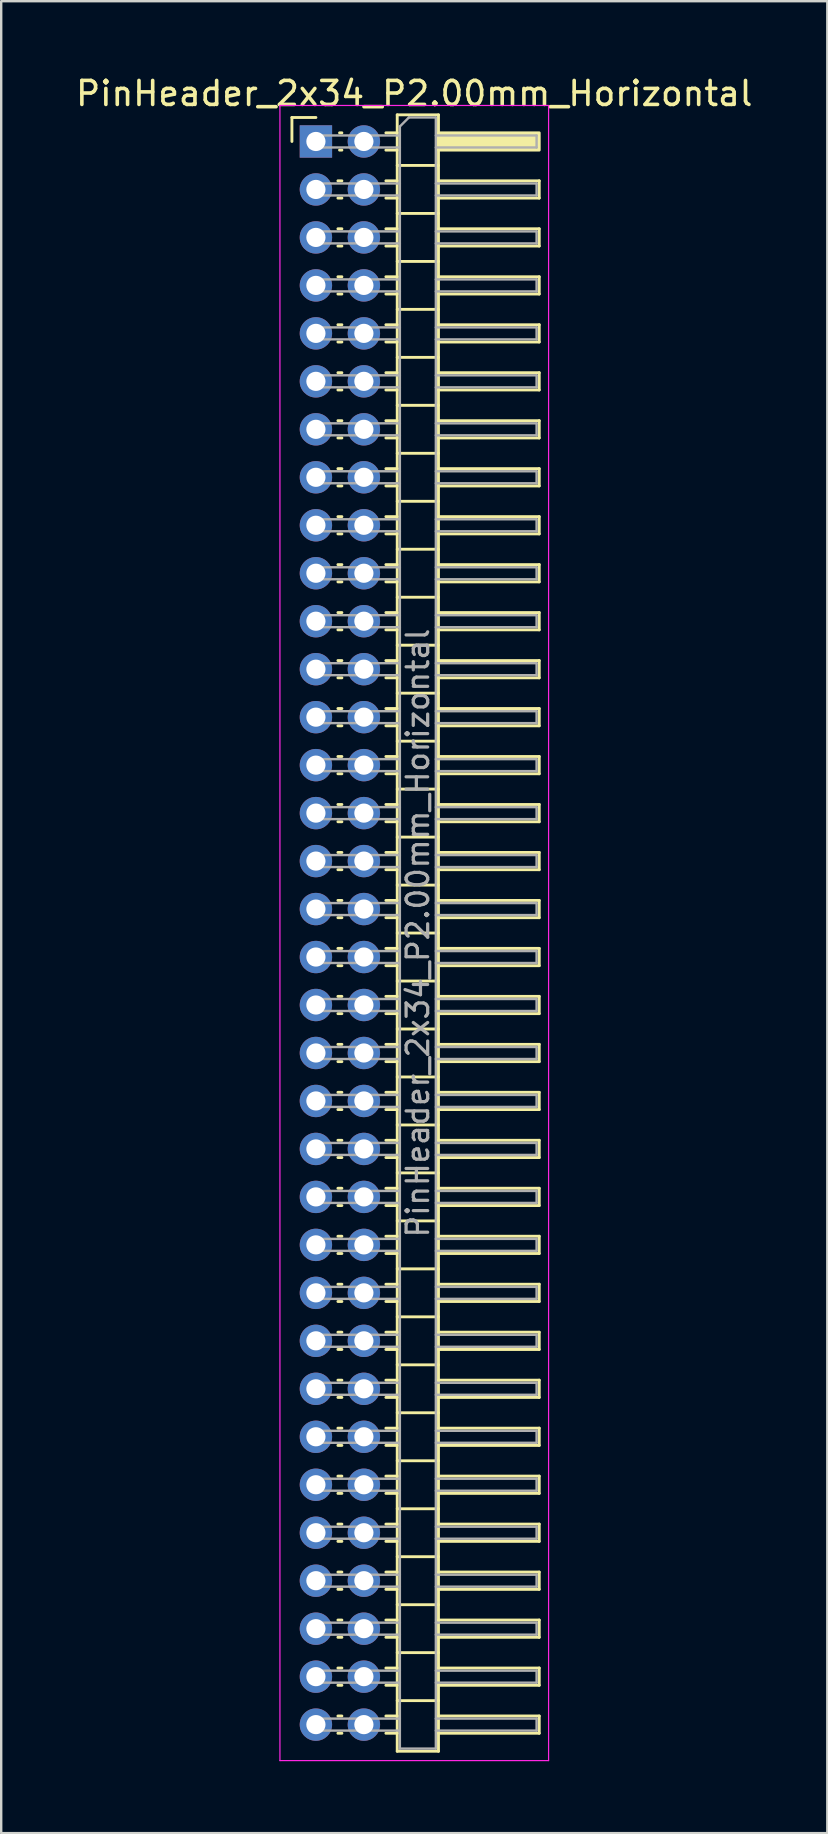
<source format=kicad_pcb>
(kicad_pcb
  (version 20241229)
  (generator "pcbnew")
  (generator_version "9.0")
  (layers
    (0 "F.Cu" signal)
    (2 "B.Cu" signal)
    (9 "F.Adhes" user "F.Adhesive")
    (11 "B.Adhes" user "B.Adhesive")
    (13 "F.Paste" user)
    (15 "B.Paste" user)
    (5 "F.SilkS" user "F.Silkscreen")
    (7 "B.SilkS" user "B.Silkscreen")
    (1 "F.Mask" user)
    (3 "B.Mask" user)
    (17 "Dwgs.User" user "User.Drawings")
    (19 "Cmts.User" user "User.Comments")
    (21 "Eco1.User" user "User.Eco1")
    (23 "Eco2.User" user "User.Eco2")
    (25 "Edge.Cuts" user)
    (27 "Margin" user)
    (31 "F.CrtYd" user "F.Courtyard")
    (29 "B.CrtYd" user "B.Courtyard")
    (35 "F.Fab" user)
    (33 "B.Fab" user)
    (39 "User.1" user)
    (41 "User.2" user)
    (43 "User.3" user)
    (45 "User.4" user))
  (footprint "PinHeader_2x34_P2.00mm_Horizontal"
    (layer "F.Cu")
    (at 10.12 2.848)
    (property "Reference" "PinHeader_2x34_P2.00mm_Horizontal" (at 4.1 -2 0) (layer "F.SilkS") (effects (font (size 1 1) (thickness 0.15))))
    (attr through_hole)
    (fp_line (start -1 -1) (end 0 -1) (stroke (width 0.12) (type solid)) (layer "F.SilkS"))
    (fp_line (start -1 0) (end -1 -1) (stroke (width 0.12) (type solid)) (layer "F.SilkS"))
    (fp_line (start 0.917 1.64) (end 1.083 1.64) (stroke (width 0.12) (type solid)) (layer "F.SilkS"))
    (fp_line (start 0.917 2.36) (end 1.083 2.36) (stroke (width 0.12) (type solid)) (layer "F.SilkS"))
    (fp_line (start 0.917 3.64) (end 1.083 3.64) (stroke (width 0.12) (type solid)) (layer "F.SilkS"))
    (fp_line (start 0.917 4.36) (end 1.083 4.36) (stroke (width 0.12) (type solid)) (layer "F.SilkS"))
    (fp_line (start 0.917 5.64) (end 1.083 5.64) (stroke (width 0.12) (type solid)) (layer "F.SilkS"))
    (fp_line (start 0.917 6.36) (end 1.083 6.36) (stroke (width 0.12) (type solid)) (layer "F.SilkS"))
    (fp_line (start 0.917 7.64) (end 1.083 7.64) (stroke (width 0.12) (type solid)) (layer "F.SilkS"))
    (fp_line (start 0.917 8.36) (end 1.083 8.36) (stroke (width 0.12) (type solid)) (layer "F.SilkS"))
    (fp_line (start 0.917 9.64) (end 1.083 9.64) (stroke (width 0.12) (type solid)) (layer "F.SilkS"))
    (fp_line (start 0.917 10.36) (end 1.083 10.36) (stroke (width 0.12) (type solid)) (layer "F.SilkS"))
    (fp_line (start 0.917 11.64) (end 1.083 11.64) (stroke (width 0.12) (type solid)) (layer "F.SilkS"))
    (fp_line (start 0.917 12.36) (end 1.083 12.36) (stroke (width 0.12) (type solid)) (layer "F.SilkS"))
    (fp_line (start 0.917 13.64) (end 1.083 13.64) (stroke (width 0.12) (type solid)) (layer "F.SilkS"))
    (fp_line (start 0.917 14.36) (end 1.083 14.36) (stroke (width 0.12) (type solid)) (layer "F.SilkS"))
    (fp_line (start 0.917 15.64) (end 1.083 15.64) (stroke (width 0.12) (type solid)) (layer "F.SilkS"))
    (fp_line (start 0.917 16.36) (end 1.083 16.36) (stroke (width 0.12) (type solid)) (layer "F.SilkS"))
    (fp_line (start 0.917 17.64) (end 1.083 17.64) (stroke (width 0.12) (type solid)) (layer "F.SilkS"))
    (fp_line (start 0.917 18.36) (end 1.083 18.36) (stroke (width 0.12) (type solid)) (layer "F.SilkS"))
    (fp_line (start 0.917 19.64) (end 1.083 19.64) (stroke (width 0.12) (type solid)) (layer "F.SilkS"))
    (fp_line (start 0.917 20.36) (end 1.083 20.36) (stroke (width 0.12) (type solid)) (layer "F.SilkS"))
    (fp_line (start 0.917 21.64) (end 1.083 21.64) (stroke (width 0.12) (type solid)) (layer "F.SilkS"))
    (fp_line (start 0.917 22.36) (end 1.083 22.36) (stroke (width 0.12) (type solid)) (layer "F.SilkS"))
    (fp_line (start 0.917 23.64) (end 1.083 23.64) (stroke (width 0.12) (type solid)) (layer "F.SilkS"))
    (fp_line (start 0.917 24.36) (end 1.083 24.36) (stroke (width 0.12) (type solid)) (layer "F.SilkS"))
    (fp_line (start 0.917 25.64) (end 1.083 25.64) (stroke (width 0.12) (type solid)) (layer "F.SilkS"))
    (fp_line (start 0.917 26.36) (end 1.083 26.36) (stroke (width 0.12) (type solid)) (layer "F.SilkS"))
    (fp_line (start 0.917 27.64) (end 1.083 27.64) (stroke (width 0.12) (type solid)) (layer "F.SilkS"))
    (fp_line (start 0.917 28.36) (end 1.083 28.36) (stroke (width 0.12) (type solid)) (layer "F.SilkS"))
    (fp_line (start 0.917 29.64) (end 1.083 29.64) (stroke (width 0.12) (type solid)) (layer "F.SilkS"))
    (fp_line (start 0.917 30.36) (end 1.083 30.36) (stroke (width 0.12) (type solid)) (layer "F.SilkS"))
    (fp_line (start 0.917 31.64) (end 1.083 31.64) (stroke (width 0.12) (type solid)) (layer "F.SilkS"))
    (fp_line (start 0.917 32.36) (end 1.083 32.36) (stroke (width 0.12) (type solid)) (layer "F.SilkS"))
    (fp_line (start 0.917 33.64) (end 1.083 33.64) (stroke (width 0.12) (type solid)) (layer "F.SilkS"))
    (fp_line (start 0.917 34.36) (end 1.083 34.36) (stroke (width 0.12) (type solid)) (layer "F.SilkS"))
    (fp_line (start 0.917 35.64) (end 1.083 35.64) (stroke (width 0.12) (type solid)) (layer "F.SilkS"))
    (fp_line (start 0.917 36.36) (end 1.083 36.36) (stroke (width 0.12) (type solid)) (layer "F.SilkS"))
    (fp_line (start 0.917 37.64) (end 1.083 37.64) (stroke (width 0.12) (type solid)) (layer "F.SilkS"))
    (fp_line (start 0.917 38.36) (end 1.083 38.36) (stroke (width 0.12) (type solid)) (layer "F.SilkS"))
    (fp_line (start 0.917 39.64) (end 1.083 39.64) (stroke (width 0.12) (type solid)) (layer "F.SilkS"))
    (fp_line (start 0.917 40.36) (end 1.083 40.36) (stroke (width 0.12) (type solid)) (layer "F.SilkS"))
    (fp_line (start 0.917 41.64) (end 1.083 41.64) (stroke (width 0.12) (type solid)) (layer "F.SilkS"))
    (fp_line (start 0.917 42.36) (end 1.083 42.36) (stroke (width 0.12) (type solid)) (layer "F.SilkS"))
    (fp_line (start 0.917 43.64) (end 1.083 43.64) (stroke (width 0.12) (type solid)) (layer "F.SilkS"))
    (fp_line (start 0.917 44.36) (end 1.083 44.36) (stroke (width 0.12) (type solid)) (layer "F.SilkS"))
    (fp_line (start 0.917 45.64) (end 1.083 45.64) (stroke (width 0.12) (type solid)) (layer "F.SilkS"))
    (fp_line (start 0.917 46.36) (end 1.083 46.36) (stroke (width 0.12) (type solid)) (layer "F.SilkS"))
    (fp_line (start 0.917 47.64) (end 1.083 47.64) (stroke (width 0.12) (type solid)) (layer "F.SilkS"))
    (fp_line (start 0.917 48.36) (end 1.083 48.36) (stroke (width 0.12) (type solid)) (layer "F.SilkS"))
    (fp_line (start 0.917 49.64) (end 1.083 49.64) (stroke (width 0.12) (type solid)) (layer "F.SilkS"))
    (fp_line (start 0.917 50.36) (end 1.083 50.36) (stroke (width 0.12) (type solid)) (layer "F.SilkS"))
    (fp_line (start 0.917 51.64) (end 1.083 51.64) (stroke (width 0.12) (type solid)) (layer "F.SilkS"))
    (fp_line (start 0.917 52.36) (end 1.083 52.36) (stroke (width 0.12) (type solid)) (layer "F.SilkS"))
    (fp_line (start 0.917 53.64) (end 1.083 53.64) (stroke (width 0.12) (type solid)) (layer "F.SilkS"))
    (fp_line (start 0.917 54.36) (end 1.083 54.36) (stroke (width 0.12) (type solid)) (layer "F.SilkS"))
    (fp_line (start 0.917 55.64) (end 1.083 55.64) (stroke (width 0.12) (type solid)) (layer "F.SilkS"))
    (fp_line (start 0.917 56.36) (end 1.083 56.36) (stroke (width 0.12) (type solid)) (layer "F.SilkS"))
    (fp_line (start 0.917 57.64) (end 1.083 57.64) (stroke (width 0.12) (type solid)) (layer "F.SilkS"))
    (fp_line (start 0.917 58.36) (end 1.083 58.36) (stroke (width 0.12) (type solid)) (layer "F.SilkS"))
    (fp_line (start 0.917 59.64) (end 1.083 59.64) (stroke (width 0.12) (type solid)) (layer "F.SilkS"))
    (fp_line (start 0.917 60.36) (end 1.083 60.36) (stroke (width 0.12) (type solid)) (layer "F.SilkS"))
    (fp_line (start 0.917 61.64) (end 1.083 61.64) (stroke (width 0.12) (type solid)) (layer "F.SilkS"))
    (fp_line (start 0.917 62.36) (end 1.083 62.36) (stroke (width 0.12) (type solid)) (layer "F.SilkS"))
    (fp_line (start 0.917 63.64) (end 1.083 63.64) (stroke (width 0.12) (type solid)) (layer "F.SilkS"))
    (fp_line (start 0.917 64.36) (end 1.083 64.36) (stroke (width 0.12) (type solid)) (layer "F.SilkS"))
    (fp_line (start 0.917 65.64) (end 1.083 65.64) (stroke (width 0.12) (type solid)) (layer "F.SilkS"))
    (fp_line (start 0.917 66.36) (end 1.083 66.36) (stroke (width 0.12) (type solid)) (layer "F.SilkS"))
    (fp_line (start 0.985 -0.36) (end 1.083 -0.36) (stroke (width 0.12) (type solid)) (layer "F.SilkS"))
    (fp_line (start 0.985 0.36) (end 1.083 0.36) (stroke (width 0.12) (type solid)) (layer "F.SilkS"))
    (fp_line (start 2.917 -0.36) (end 3.39 -0.36) (stroke (width 0.12) (type solid)) (layer "F.SilkS"))
    (fp_line (start 2.917 0.36) (end 3.39 0.36) (stroke (width 0.12) (type solid)) (layer "F.SilkS"))
    (fp_line (start 2.917 1.64) (end 3.39 1.64) (stroke (width 0.12) (type solid)) (layer "F.SilkS"))
    (fp_line (start 2.917 2.36) (end 3.39 2.36) (stroke (width 0.12) (type solid)) (layer "F.SilkS"))
    (fp_line (start 2.917 3.64) (end 3.39 3.64) (stroke (width 0.12) (type solid)) (layer "F.SilkS"))
    (fp_line (start 2.917 4.36) (end 3.39 4.36) (stroke (width 0.12) (type solid)) (layer "F.SilkS"))
    (fp_line (start 2.917 5.64) (end 3.39 5.64) (stroke (width 0.12) (type solid)) (layer "F.SilkS"))
    (fp_line (start 2.917 6.36) (end 3.39 6.36) (stroke (width 0.12) (type solid)) (layer "F.SilkS"))
    (fp_line (start 2.917 7.64) (end 3.39 7.64) (stroke (width 0.12) (type solid)) (layer "F.SilkS"))
    (fp_line (start 2.917 8.36) (end 3.39 8.36) (stroke (width 0.12) (type solid)) (layer "F.SilkS"))
    (fp_line (start 2.917 9.64) (end 3.39 9.64) (stroke (width 0.12) (type solid)) (layer "F.SilkS"))
    (fp_line (start 2.917 10.36) (end 3.39 10.36) (stroke (width 0.12) (type solid)) (layer "F.SilkS"))
    (fp_line (start 2.917 11.64) (end 3.39 11.64) (stroke (width 0.12) (type solid)) (layer "F.SilkS"))
    (fp_line (start 2.917 12.36) (end 3.39 12.36) (stroke (width 0.12) (type solid)) (layer "F.SilkS"))
    (fp_line (start 2.917 13.64) (end 3.39 13.64) (stroke (width 0.12) (type solid)) (layer "F.SilkS"))
    (fp_line (start 2.917 14.36) (end 3.39 14.36) (stroke (width 0.12) (type solid)) (layer "F.SilkS"))
    (fp_line (start 2.917 15.64) (end 3.39 15.64) (stroke (width 0.12) (type solid)) (layer "F.SilkS"))
    (fp_line (start 2.917 16.36) (end 3.39 16.36) (stroke (width 0.12) (type solid)) (layer "F.SilkS"))
    (fp_line (start 2.917 17.64) (end 3.39 17.64) (stroke (width 0.12) (type solid)) (layer "F.SilkS"))
    (fp_line (start 2.917 18.36) (end 3.39 18.36) (stroke (width 0.12) (type solid)) (layer "F.SilkS"))
    (fp_line (start 2.917 19.64) (end 3.39 19.64) (stroke (width 0.12) (type solid)) (layer "F.SilkS"))
    (fp_line (start 2.917 20.36) (end 3.39 20.36) (stroke (width 0.12) (type solid)) (layer "F.SilkS"))
    (fp_line (start 2.917 21.64) (end 3.39 21.64) (stroke (width 0.12) (type solid)) (layer "F.SilkS"))
    (fp_line (start 2.917 22.36) (end 3.39 22.36) (stroke (width 0.12) (type solid)) (layer "F.SilkS"))
    (fp_line (start 2.917 23.64) (end 3.39 23.64) (stroke (width 0.12) (type solid)) (layer "F.SilkS"))
    (fp_line (start 2.917 24.36) (end 3.39 24.36) (stroke (width 0.12) (type solid)) (layer "F.SilkS"))
    (fp_line (start 2.917 25.64) (end 3.39 25.64) (stroke (width 0.12) (type solid)) (layer "F.SilkS"))
    (fp_line (start 2.917 26.36) (end 3.39 26.36) (stroke (width 0.12) (type solid)) (layer "F.SilkS"))
    (fp_line (start 2.917 27.64) (end 3.39 27.64) (stroke (width 0.12) (type solid)) (layer "F.SilkS"))
    (fp_line (start 2.917 28.36) (end 3.39 28.36) (stroke (width 0.12) (type solid)) (layer "F.SilkS"))
    (fp_line (start 2.917 29.64) (end 3.39 29.64) (stroke (width 0.12) (type solid)) (layer "F.SilkS"))
    (fp_line (start 2.917 30.36) (end 3.39 30.36) (stroke (width 0.12) (type solid)) (layer "F.SilkS"))
    (fp_line (start 2.917 31.64) (end 3.39 31.64) (stroke (width 0.12) (type solid)) (layer "F.SilkS"))
    (fp_line (start 2.917 32.36) (end 3.39 32.36) (stroke (width 0.12) (type solid)) (layer "F.SilkS"))
    (fp_line (start 2.917 33.64) (end 3.39 33.64) (stroke (width 0.12) (type solid)) (layer "F.SilkS"))
    (fp_line (start 2.917 34.36) (end 3.39 34.36) (stroke (width 0.12) (type solid)) (layer "F.SilkS"))
    (fp_line (start 2.917 35.64) (end 3.39 35.64) (stroke (width 0.12) (type solid)) (layer "F.SilkS"))
    (fp_line (start 2.917 36.36) (end 3.39 36.36) (stroke (width 0.12) (type solid)) (layer "F.SilkS"))
    (fp_line (start 2.917 37.64) (end 3.39 37.64) (stroke (width 0.12) (type solid)) (layer "F.SilkS"))
    (fp_line (start 2.917 38.36) (end 3.39 38.36) (stroke (width 0.12) (type solid)) (layer "F.SilkS"))
    (fp_line (start 2.917 39.64) (end 3.39 39.64) (stroke (width 0.12) (type solid)) (layer "F.SilkS"))
    (fp_line (start 2.917 40.36) (end 3.39 40.36) (stroke (width 0.12) (type solid)) (layer "F.SilkS"))
    (fp_line (start 2.917 41.64) (end 3.39 41.64) (stroke (width 0.12) (type solid)) (layer "F.SilkS"))
    (fp_line (start 2.917 42.36) (end 3.39 42.36) (stroke (width 0.12) (type solid)) (layer "F.SilkS"))
    (fp_line (start 2.917 43.64) (end 3.39 43.64) (stroke (width 0.12) (type solid)) (layer "F.SilkS"))
    (fp_line (start 2.917 44.36) (end 3.39 44.36) (stroke (width 0.12) (type solid)) (layer "F.SilkS"))
    (fp_line (start 2.917 45.64) (end 3.39 45.64) (stroke (width 0.12) (type solid)) (layer "F.SilkS"))
    (fp_line (start 2.917 46.36) (end 3.39 46.36) (stroke (width 0.12) (type solid)) (layer "F.SilkS"))
    (fp_line (start 2.917 47.64) (end 3.39 47.64) (stroke (width 0.12) (type solid)) (layer "F.SilkS"))
    (fp_line (start 2.917 48.36) (end 3.39 48.36) (stroke (width 0.12) (type solid)) (layer "F.SilkS"))
    (fp_line (start 2.917 49.64) (end 3.39 49.64) (stroke (width 0.12) (type solid)) (layer "F.SilkS"))
    (fp_line (start 2.917 50.36) (end 3.39 50.36) (stroke (width 0.12) (type solid)) (layer "F.SilkS"))
    (fp_line (start 2.917 51.64) (end 3.39 51.64) (stroke (width 0.12) (type solid)) (layer "F.SilkS"))
    (fp_line (start 2.917 52.36) (end 3.39 52.36) (stroke (width 0.12) (type solid)) (layer "F.SilkS"))
    (fp_line (start 2.917 53.64) (end 3.39 53.64) (stroke (width 0.12) (type solid)) (layer "F.SilkS"))
    (fp_line (start 2.917 54.36) (end 3.39 54.36) (stroke (width 0.12) (type solid)) (layer "F.SilkS"))
    (fp_line (start 2.917 55.64) (end 3.39 55.64) (stroke (width 0.12) (type solid)) (layer "F.SilkS"))
    (fp_line (start 2.917 56.36) (end 3.39 56.36) (stroke (width 0.12) (type solid)) (layer "F.SilkS"))
    (fp_line (start 2.917 57.64) (end 3.39 57.64) (stroke (width 0.12) (type solid)) (layer "F.SilkS"))
    (fp_line (start 2.917 58.36) (end 3.39 58.36) (stroke (width 0.12) (type solid)) (layer "F.SilkS"))
    (fp_line (start 2.917 59.64) (end 3.39 59.64) (stroke (width 0.12) (type solid)) (layer "F.SilkS"))
    (fp_line (start 2.917 60.36) (end 3.39 60.36) (stroke (width 0.12) (type solid)) (layer "F.SilkS"))
    (fp_line (start 2.917 61.64) (end 3.39 61.64) (stroke (width 0.12) (type solid)) (layer "F.SilkS"))
    (fp_line (start 2.917 62.36) (end 3.39 62.36) (stroke (width 0.12) (type solid)) (layer "F.SilkS"))
    (fp_line (start 2.917 63.64) (end 3.39 63.64) (stroke (width 0.12) (type solid)) (layer "F.SilkS"))
    (fp_line (start 2.917 64.36) (end 3.39 64.36) (stroke (width 0.12) (type solid)) (layer "F.SilkS"))
    (fp_line (start 2.917 65.64) (end 3.39 65.64) (stroke (width 0.12) (type solid)) (layer "F.SilkS"))
    (fp_line (start 2.917 66.36) (end 3.39 66.36) (stroke (width 0.12) (type solid)) (layer "F.SilkS"))
    (fp_line (start 3.39 -1.11) (end 3.39 67.11) (stroke (width 0.12) (type solid)) (layer "F.SilkS"))
    (fp_line (start 3.39 1) (end 5.11 1) (stroke (width 0.12) (type solid)) (layer "F.SilkS"))
    (fp_line (start 3.39 3) (end 5.11 3) (stroke (width 0.12) (type solid)) (layer "F.SilkS"))
    (fp_line (start 3.39 5) (end 5.11 5) (stroke (width 0.12) (type solid)) (layer "F.SilkS"))
    (fp_line (start 3.39 7) (end 5.11 7) (stroke (width 0.12) (type solid)) (layer "F.SilkS"))
    (fp_line (start 3.39 9) (end 5.11 9) (stroke (width 0.12) (type solid)) (layer "F.SilkS"))
    (fp_line (start 3.39 11) (end 5.11 11) (stroke (width 0.12) (type solid)) (layer "F.SilkS"))
    (fp_line (start 3.39 13) (end 5.11 13) (stroke (width 0.12) (type solid)) (layer "F.SilkS"))
    (fp_line (start 3.39 15) (end 5.11 15) (stroke (width 0.12) (type solid)) (layer "F.SilkS"))
    (fp_line (start 3.39 17) (end 5.11 17) (stroke (width 0.12) (type solid)) (layer "F.SilkS"))
    (fp_line (start 3.39 19) (end 5.11 19) (stroke (width 0.12) (type solid)) (layer "F.SilkS"))
    (fp_line (start 3.39 21) (end 5.11 21) (stroke (width 0.12) (type solid)) (layer "F.SilkS"))
    (fp_line (start 3.39 23) (end 5.11 23) (stroke (width 0.12) (type solid)) (layer "F.SilkS"))
    (fp_line (start 3.39 25) (end 5.11 25) (stroke (width 0.12) (type solid)) (layer "F.SilkS"))
    (fp_line (start 3.39 27) (end 5.11 27) (stroke (width 0.12) (type solid)) (layer "F.SilkS"))
    (fp_line (start 3.39 29) (end 5.11 29) (stroke (width 0.12) (type solid)) (layer "F.SilkS"))
    (fp_line (start 3.39 31) (end 5.11 31) (stroke (width 0.12) (type solid)) (layer "F.SilkS"))
    (fp_line (start 3.39 33) (end 5.11 33) (stroke (width 0.12) (type solid)) (layer "F.SilkS"))
    (fp_line (start 3.39 35) (end 5.11 35) (stroke (width 0.12) (type solid)) (layer "F.SilkS"))
    (fp_line (start 3.39 37) (end 5.11 37) (stroke (width 0.12) (type solid)) (layer "F.SilkS"))
    (fp_line (start 3.39 39) (end 5.11 39) (stroke (width 0.12) (type solid)) (layer "F.SilkS"))
    (fp_line (start 3.39 41) (end 5.11 41) (stroke (width 0.12) (type solid)) (layer "F.SilkS"))
    (fp_line (start 3.39 43) (end 5.11 43) (stroke (width 0.12) (type solid)) (layer "F.SilkS"))
    (fp_line (start 3.39 45) (end 5.11 45) (stroke (width 0.12) (type solid)) (layer "F.SilkS"))
    (fp_line (start 3.39 47) (end 5.11 47) (stroke (width 0.12) (type solid)) (layer "F.SilkS"))
    (fp_line (start 3.39 49) (end 5.11 49) (stroke (width 0.12) (type solid)) (layer "F.SilkS"))
    (fp_line (start 3.39 51) (end 5.11 51) (stroke (width 0.12) (type solid)) (layer "F.SilkS"))
    (fp_line (start 3.39 53) (end 5.11 53) (stroke (width 0.12) (type solid)) (layer "F.SilkS"))
    (fp_line (start 3.39 55) (end 5.11 55) (stroke (width 0.12) (type solid)) (layer "F.SilkS"))
    (fp_line (start 3.39 57) (end 5.11 57) (stroke (width 0.12) (type solid)) (layer "F.SilkS"))
    (fp_line (start 3.39 59) (end 5.11 59) (stroke (width 0.12) (type solid)) (layer "F.SilkS"))
    (fp_line (start 3.39 61) (end 5.11 61) (stroke (width 0.12) (type solid)) (layer "F.SilkS"))
    (fp_line (start 3.39 63) (end 5.11 63) (stroke (width 0.12) (type solid)) (layer "F.SilkS"))
    (fp_line (start 3.39 65) (end 5.11 65) (stroke (width 0.12) (type solid)) (layer "F.SilkS"))
    (fp_line (start 3.39 67.11) (end 5.11 67.11) (stroke (width 0.12) (type solid)) (layer "F.SilkS"))
    (fp_line (start 5.11 -1.11) (end 3.39 -1.11) (stroke (width 0.12) (type solid)) (layer "F.SilkS"))
    (fp_line (start 5.11 1.64) (end 9.31 1.64) (stroke (width 0.12) (type solid)) (layer "F.SilkS"))
    (fp_line (start 5.11 3.64) (end 9.31 3.64) (stroke (width 0.12) (type solid)) (layer "F.SilkS"))
    (fp_line (start 5.11 5.64) (end 9.31 5.64) (stroke (width 0.12) (type solid)) (layer "F.SilkS"))
    (fp_line (start 5.11 7.64) (end 9.31 7.64) (stroke (width 0.12) (type solid)) (layer "F.SilkS"))
    (fp_line (start 5.11 9.64) (end 9.31 9.64) (stroke (width 0.12) (type solid)) (layer "F.SilkS"))
    (fp_line (start 5.11 11.64) (end 9.31 11.64) (stroke (width 0.12) (type solid)) (layer "F.SilkS"))
    (fp_line (start 5.11 13.64) (end 9.31 13.64) (stroke (width 0.12) (type solid)) (layer "F.SilkS"))
    (fp_line (start 5.11 15.64) (end 9.31 15.64) (stroke (width 0.12) (type solid)) (layer "F.SilkS"))
    (fp_line (start 5.11 17.64) (end 9.31 17.64) (stroke (width 0.12) (type solid)) (layer "F.SilkS"))
    (fp_line (start 5.11 19.64) (end 9.31 19.64) (stroke (width 0.12) (type solid)) (layer "F.SilkS"))
    (fp_line (start 5.11 21.64) (end 9.31 21.64) (stroke (width 0.12) (type solid)) (layer "F.SilkS"))
    (fp_line (start 5.11 23.64) (end 9.31 23.64) (stroke (width 0.12) (type solid)) (layer "F.SilkS"))
    (fp_line (start 5.11 25.64) (end 9.31 25.64) (stroke (width 0.12) (type solid)) (layer "F.SilkS"))
    (fp_line (start 5.11 27.64) (end 9.31 27.64) (stroke (width 0.12) (type solid)) (layer "F.SilkS"))
    (fp_line (start 5.11 29.64) (end 9.31 29.64) (stroke (width 0.12) (type solid)) (layer "F.SilkS"))
    (fp_line (start 5.11 31.64) (end 9.31 31.64) (stroke (width 0.12) (type solid)) (layer "F.SilkS"))
    (fp_line (start 5.11 33.64) (end 9.31 33.64) (stroke (width 0.12) (type solid)) (layer "F.SilkS"))
    (fp_line (start 5.11 35.64) (end 9.31 35.64) (stroke (width 0.12) (type solid)) (layer "F.SilkS"))
    (fp_line (start 5.11 37.64) (end 9.31 37.64) (stroke (width 0.12) (type solid)) (layer "F.SilkS"))
    (fp_line (start 5.11 39.64) (end 9.31 39.64) (stroke (width 0.12) (type solid)) (layer "F.SilkS"))
    (fp_line (start 5.11 41.64) (end 9.31 41.64) (stroke (width 0.12) (type solid)) (layer "F.SilkS"))
    (fp_line (start 5.11 43.64) (end 9.31 43.64) (stroke (width 0.12) (type solid)) (layer "F.SilkS"))
    (fp_line (start 5.11 45.64) (end 9.31 45.64) (stroke (width 0.12) (type solid)) (layer "F.SilkS"))
    (fp_line (start 5.11 47.64) (end 9.31 47.64) (stroke (width 0.12) (type solid)) (layer "F.SilkS"))
    (fp_line (start 5.11 49.64) (end 9.31 49.64) (stroke (width 0.12) (type solid)) (layer "F.SilkS"))
    (fp_line (start 5.11 51.64) (end 9.31 51.64) (stroke (width 0.12) (type solid)) (layer "F.SilkS"))
    (fp_line (start 5.11 53.64) (end 9.31 53.64) (stroke (width 0.12) (type solid)) (layer "F.SilkS"))
    (fp_line (start 5.11 55.64) (end 9.31 55.64) (stroke (width 0.12) (type solid)) (layer "F.SilkS"))
    (fp_line (start 5.11 57.64) (end 9.31 57.64) (stroke (width 0.12) (type solid)) (layer "F.SilkS"))
    (fp_line (start 5.11 59.64) (end 9.31 59.64) (stroke (width 0.12) (type solid)) (layer "F.SilkS"))
    (fp_line (start 5.11 61.64) (end 9.31 61.64) (stroke (width 0.12) (type solid)) (layer "F.SilkS"))
    (fp_line (start 5.11 63.64) (end 9.31 63.64) (stroke (width 0.12) (type solid)) (layer "F.SilkS"))
    (fp_line (start 5.11 65.64) (end 9.31 65.64) (stroke (width 0.12) (type solid)) (layer "F.SilkS"))
    (fp_line (start 5.11 67.11) (end 5.11 -1.11) (stroke (width 0.12) (type solid)) (layer "F.SilkS"))
    (fp_line (start 9.31 1.64) (end 9.31 2.36) (stroke (width 0.12) (type solid)) (layer "F.SilkS"))
    (fp_line (start 9.31 2.36) (end 5.11 2.36) (stroke (width 0.12) (type solid)) (layer "F.SilkS"))
    (fp_line (start 9.31 3.64) (end 9.31 4.36) (stroke (width 0.12) (type solid)) (layer "F.SilkS"))
    (fp_line (start 9.31 4.36) (end 5.11 4.36) (stroke (width 0.12) (type solid)) (layer "F.SilkS"))
    (fp_line (start 9.31 5.64) (end 9.31 6.36) (stroke (width 0.12) (type solid)) (layer "F.SilkS"))
    (fp_line (start 9.31 6.36) (end 5.11 6.36) (stroke (width 0.12) (type solid)) (layer "F.SilkS"))
    (fp_line (start 9.31 7.64) (end 9.31 8.36) (stroke (width 0.12) (type solid)) (layer "F.SilkS"))
    (fp_line (start 9.31 8.36) (end 5.11 8.36) (stroke (width 0.12) (type solid)) (layer "F.SilkS"))
    (fp_line (start 9.31 9.64) (end 9.31 10.36) (stroke (width 0.12) (type solid)) (layer "F.SilkS"))
    (fp_line (start 9.31 10.36) (end 5.11 10.36) (stroke (width 0.12) (type solid)) (layer "F.SilkS"))
    (fp_line (start 9.31 11.64) (end 9.31 12.36) (stroke (width 0.12) (type solid)) (layer "F.SilkS"))
    (fp_line (start 9.31 12.36) (end 5.11 12.36) (stroke (width 0.12) (type solid)) (layer "F.SilkS"))
    (fp_line (start 9.31 13.64) (end 9.31 14.36) (stroke (width 0.12) (type solid)) (layer "F.SilkS"))
    (fp_line (start 9.31 14.36) (end 5.11 14.36) (stroke (width 0.12) (type solid)) (layer "F.SilkS"))
    (fp_line (start 9.31 15.64) (end 9.31 16.36) (stroke (width 0.12) (type solid)) (layer "F.SilkS"))
    (fp_line (start 9.31 16.36) (end 5.11 16.36) (stroke (width 0.12) (type solid)) (layer "F.SilkS"))
    (fp_line (start 9.31 17.64) (end 9.31 18.36) (stroke (width 0.12) (type solid)) (layer "F.SilkS"))
    (fp_line (start 9.31 18.36) (end 5.11 18.36) (stroke (width 0.12) (type solid)) (layer "F.SilkS"))
    (fp_line (start 9.31 19.64) (end 9.31 20.36) (stroke (width 0.12) (type solid)) (layer "F.SilkS"))
    (fp_line (start 9.31 20.36) (end 5.11 20.36) (stroke (width 0.12) (type solid)) (layer "F.SilkS"))
    (fp_line (start 9.31 21.64) (end 9.31 22.36) (stroke (width 0.12) (type solid)) (layer "F.SilkS"))
    (fp_line (start 9.31 22.36) (end 5.11 22.36) (stroke (width 0.12) (type solid)) (layer "F.SilkS"))
    (fp_line (start 9.31 23.64) (end 9.31 24.36) (stroke (width 0.12) (type solid)) (layer "F.SilkS"))
    (fp_line (start 9.31 24.36) (end 5.11 24.36) (stroke (width 0.12) (type solid)) (layer "F.SilkS"))
    (fp_line (start 9.31 25.64) (end 9.31 26.36) (stroke (width 0.12) (type solid)) (layer "F.SilkS"))
    (fp_line (start 9.31 26.36) (end 5.11 26.36) (stroke (width 0.12) (type solid)) (layer "F.SilkS"))
    (fp_line (start 9.31 27.64) (end 9.31 28.36) (stroke (width 0.12) (type solid)) (layer "F.SilkS"))
    (fp_line (start 9.31 28.36) (end 5.11 28.36) (stroke (width 0.12) (type solid)) (layer "F.SilkS"))
    (fp_line (start 9.31 29.64) (end 9.31 30.36) (stroke (width 0.12) (type solid)) (layer "F.SilkS"))
    (fp_line (start 9.31 30.36) (end 5.11 30.36) (stroke (width 0.12) (type solid)) (layer "F.SilkS"))
    (fp_line (start 9.31 31.64) (end 9.31 32.36) (stroke (width 0.12) (type solid)) (layer "F.SilkS"))
    (fp_line (start 9.31 32.36) (end 5.11 32.36) (stroke (width 0.12) (type solid)) (layer "F.SilkS"))
    (fp_line (start 9.31 33.64) (end 9.31 34.36) (stroke (width 0.12) (type solid)) (layer "F.SilkS"))
    (fp_line (start 9.31 34.36) (end 5.11 34.36) (stroke (width 0.12) (type solid)) (layer "F.SilkS"))
    (fp_line (start 9.31 35.64) (end 9.31 36.36) (stroke (width 0.12) (type solid)) (layer "F.SilkS"))
    (fp_line (start 9.31 36.36) (end 5.11 36.36) (stroke (width 0.12) (type solid)) (layer "F.SilkS"))
    (fp_line (start 9.31 37.64) (end 9.31 38.36) (stroke (width 0.12) (type solid)) (layer "F.SilkS"))
    (fp_line (start 9.31 38.36) (end 5.11 38.36) (stroke (width 0.12) (type solid)) (layer "F.SilkS"))
    (fp_line (start 9.31 39.64) (end 9.31 40.36) (stroke (width 0.12) (type solid)) (layer "F.SilkS"))
    (fp_line (start 9.31 40.36) (end 5.11 40.36) (stroke (width 0.12) (type solid)) (layer "F.SilkS"))
    (fp_line (start 9.31 41.64) (end 9.31 42.36) (stroke (width 0.12) (type solid)) (layer "F.SilkS"))
    (fp_line (start 9.31 42.36) (end 5.11 42.36) (stroke (width 0.12) (type solid)) (layer "F.SilkS"))
    (fp_line (start 9.31 43.64) (end 9.31 44.36) (stroke (width 0.12) (type solid)) (layer "F.SilkS"))
    (fp_line (start 9.31 44.36) (end 5.11 44.36) (stroke (width 0.12) (type solid)) (layer "F.SilkS"))
    (fp_line (start 9.31 45.64) (end 9.31 46.36) (stroke (width 0.12) (type solid)) (layer "F.SilkS"))
    (fp_line (start 9.31 46.36) (end 5.11 46.36) (stroke (width 0.12) (type solid)) (layer "F.SilkS"))
    (fp_line (start 9.31 47.64) (end 9.31 48.36) (stroke (width 0.12) (type solid)) (layer "F.SilkS"))
    (fp_line (start 9.31 48.36) (end 5.11 48.36) (stroke (width 0.12) (type solid)) (layer "F.SilkS"))
    (fp_line (start 9.31 49.64) (end 9.31 50.36) (stroke (width 0.12) (type solid)) (layer "F.SilkS"))
    (fp_line (start 9.31 50.36) (end 5.11 50.36) (stroke (width 0.12) (type solid)) (layer "F.SilkS"))
    (fp_line (start 9.31 51.64) (end 9.31 52.36) (stroke (width 0.12) (type solid)) (layer "F.SilkS"))
    (fp_line (start 9.31 52.36) (end 5.11 52.36) (stroke (width 0.12) (type solid)) (layer "F.SilkS"))
    (fp_line (start 9.31 53.64) (end 9.31 54.36) (stroke (width 0.12) (type solid)) (layer "F.SilkS"))
    (fp_line (start 9.31 54.36) (end 5.11 54.36) (stroke (width 0.12) (type solid)) (layer "F.SilkS"))
    (fp_line (start 9.31 55.64) (end 9.31 56.36) (stroke (width 0.12) (type solid)) (layer "F.SilkS"))
    (fp_line (start 9.31 56.36) (end 5.11 56.36) (stroke (width 0.12) (type solid)) (layer "F.SilkS"))
    (fp_line (start 9.31 57.64) (end 9.31 58.36) (stroke (width 0.12) (type solid)) (layer "F.SilkS"))
    (fp_line (start 9.31 58.36) (end 5.11 58.36) (stroke (width 0.12) (type solid)) (layer "F.SilkS"))
    (fp_line (start 9.31 59.64) (end 9.31 60.36) (stroke (width 0.12) (type solid)) (layer "F.SilkS"))
    (fp_line (start 9.31 60.36) (end 5.11 60.36) (stroke (width 0.12) (type solid)) (layer "F.SilkS"))
    (fp_line (start 9.31 61.64) (end 9.31 62.36) (stroke (width 0.12) (type solid)) (layer "F.SilkS"))
    (fp_line (start 9.31 62.36) (end 5.11 62.36) (stroke (width 0.12) (type solid)) (layer "F.SilkS"))
    (fp_line (start 9.31 63.64) (end 9.31 64.36) (stroke (width 0.12) (type solid)) (layer "F.SilkS"))
    (fp_line (start 9.31 64.36) (end 5.11 64.36) (stroke (width 0.12) (type solid)) (layer "F.SilkS"))
    (fp_line (start 9.31 65.64) (end 9.31 66.36) (stroke (width 0.12) (type solid)) (layer "F.SilkS"))
    (fp_line (start 9.31 66.36) (end 5.11 66.36) (stroke (width 0.12) (type solid)) (layer "F.SilkS"))
    (fp_rect (start 5.11 -0.36) (end 9.31 0.36) (stroke (width 0.12) (type solid)) (fill yes) (layer "F.SilkS"))
    (fp_line (start -1.5 -1.5) (end -1.5 67.5) (stroke (width 0.05) (type solid)) (layer "F.CrtYd"))
    (fp_line (start -1.5 67.5) (end 9.7 67.5) (stroke (width 0.05) (type solid)) (layer "F.CrtYd"))
    (fp_line (start 9.7 -1.5) (end -1.5 -1.5) (stroke (width 0.05) (type solid)) (layer "F.CrtYd"))
    (fp_line (start 9.7 67.5) (end 9.7 -1.5) (stroke (width 0.05) (type solid)) (layer "F.CrtYd"))
    (fp_line (start -0.25 -0.25) (end -0.25 0.25) (stroke (width 0.1) (type solid)) (layer "F.Fab"))
    (fp_line (start -0.25 -0.25) (end 3.5 -0.25) (stroke (width 0.1) (type solid)) (layer "F.Fab"))
    (fp_line (start -0.25 0.25) (end 3.5 0.25) (stroke (width 0.1) (type solid)) (layer "F.Fab"))
    (fp_line (start -0.25 1.75) (end -0.25 2.25) (stroke (width 0.1) (type solid)) (layer "F.Fab"))
    (fp_line (start -0.25 1.75) (end 3.5 1.75) (stroke (width 0.1) (type solid)) (layer "F.Fab"))
    (fp_line (start -0.25 2.25) (end 3.5 2.25) (stroke (width 0.1) (type solid)) (layer "F.Fab"))
    (fp_line (start -0.25 3.75) (end -0.25 4.25) (stroke (width 0.1) (type solid)) (layer "F.Fab"))
    (fp_line (start -0.25 3.75) (end 3.5 3.75) (stroke (width 0.1) (type solid)) (layer "F.Fab"))
    (fp_line (start -0.25 4.25) (end 3.5 4.25) (stroke (width 0.1) (type solid)) (layer "F.Fab"))
    (fp_line (start -0.25 5.75) (end -0.25 6.25) (stroke (width 0.1) (type solid)) (layer "F.Fab"))
    (fp_line (start -0.25 5.75) (end 3.5 5.75) (stroke (width 0.1) (type solid)) (layer "F.Fab"))
    (fp_line (start -0.25 6.25) (end 3.5 6.25) (stroke (width 0.1) (type solid)) (layer "F.Fab"))
    (fp_line (start -0.25 7.75) (end -0.25 8.25) (stroke (width 0.1) (type solid)) (layer "F.Fab"))
    (fp_line (start -0.25 7.75) (end 3.5 7.75) (stroke (width 0.1) (type solid)) (layer "F.Fab"))
    (fp_line (start -0.25 8.25) (end 3.5 8.25) (stroke (width 0.1) (type solid)) (layer "F.Fab"))
    (fp_line (start -0.25 9.75) (end -0.25 10.25) (stroke (width 0.1) (type solid)) (layer "F.Fab"))
    (fp_line (start -0.25 9.75) (end 3.5 9.75) (stroke (width 0.1) (type solid)) (layer "F.Fab"))
    (fp_line (start -0.25 10.25) (end 3.5 10.25) (stroke (width 0.1) (type solid)) (layer "F.Fab"))
    (fp_line (start -0.25 11.75) (end -0.25 12.25) (stroke (width 0.1) (type solid)) (layer "F.Fab"))
    (fp_line (start -0.25 11.75) (end 3.5 11.75) (stroke (width 0.1) (type solid)) (layer "F.Fab"))
    (fp_line (start -0.25 12.25) (end 3.5 12.25) (stroke (width 0.1) (type solid)) (layer "F.Fab"))
    (fp_line (start -0.25 13.75) (end -0.25 14.25) (stroke (width 0.1) (type solid)) (layer "F.Fab"))
    (fp_line (start -0.25 13.75) (end 3.5 13.75) (stroke (width 0.1) (type solid)) (layer "F.Fab"))
    (fp_line (start -0.25 14.25) (end 3.5 14.25) (stroke (width 0.1) (type solid)) (layer "F.Fab"))
    (fp_line (start -0.25 15.75) (end -0.25 16.25) (stroke (width 0.1) (type solid)) (layer "F.Fab"))
    (fp_line (start -0.25 15.75) (end 3.5 15.75) (stroke (width 0.1) (type solid)) (layer "F.Fab"))
    (fp_line (start -0.25 16.25) (end 3.5 16.25) (stroke (width 0.1) (type solid)) (layer "F.Fab"))
    (fp_line (start -0.25 17.75) (end -0.25 18.25) (stroke (width 0.1) (type solid)) (layer "F.Fab"))
    (fp_line (start -0.25 17.75) (end 3.5 17.75) (stroke (width 0.1) (type solid)) (layer "F.Fab"))
    (fp_line (start -0.25 18.25) (end 3.5 18.25) (stroke (width 0.1) (type solid)) (layer "F.Fab"))
    (fp_line (start -0.25 19.75) (end -0.25 20.25) (stroke (width 0.1) (type solid)) (layer "F.Fab"))
    (fp_line (start -0.25 19.75) (end 3.5 19.75) (stroke (width 0.1) (type solid)) (layer "F.Fab"))
    (fp_line (start -0.25 20.25) (end 3.5 20.25) (stroke (width 0.1) (type solid)) (layer "F.Fab"))
    (fp_line (start -0.25 21.75) (end -0.25 22.25) (stroke (width 0.1) (type solid)) (layer "F.Fab"))
    (fp_line (start -0.25 21.75) (end 3.5 21.75) (stroke (width 0.1) (type solid)) (layer "F.Fab"))
    (fp_line (start -0.25 22.25) (end 3.5 22.25) (stroke (width 0.1) (type solid)) (layer "F.Fab"))
    (fp_line (start -0.25 23.75) (end -0.25 24.25) (stroke (width 0.1) (type solid)) (layer "F.Fab"))
    (fp_line (start -0.25 23.75) (end 3.5 23.75) (stroke (width 0.1) (type solid)) (layer "F.Fab"))
    (fp_line (start -0.25 24.25) (end 3.5 24.25) (stroke (width 0.1) (type solid)) (layer "F.Fab"))
    (fp_line (start -0.25 25.75) (end -0.25 26.25) (stroke (width 0.1) (type solid)) (layer "F.Fab"))
    (fp_line (start -0.25 25.75) (end 3.5 25.75) (stroke (width 0.1) (type solid)) (layer "F.Fab"))
    (fp_line (start -0.25 26.25) (end 3.5 26.25) (stroke (width 0.1) (type solid)) (layer "F.Fab"))
    (fp_line (start -0.25 27.75) (end -0.25 28.25) (stroke (width 0.1) (type solid)) (layer "F.Fab"))
    (fp_line (start -0.25 27.75) (end 3.5 27.75) (stroke (width 0.1) (type solid)) (layer "F.Fab"))
    (fp_line (start -0.25 28.25) (end 3.5 28.25) (stroke (width 0.1) (type solid)) (layer "F.Fab"))
    (fp_line (start -0.25 29.75) (end -0.25 30.25) (stroke (width 0.1) (type solid)) (layer "F.Fab"))
    (fp_line (start -0.25 29.75) (end 3.5 29.75) (stroke (width 0.1) (type solid)) (layer "F.Fab"))
    (fp_line (start -0.25 30.25) (end 3.5 30.25) (stroke (width 0.1) (type solid)) (layer "F.Fab"))
    (fp_line (start -0.25 31.75) (end -0.25 32.25) (stroke (width 0.1) (type solid)) (layer "F.Fab"))
    (fp_line (start -0.25 31.75) (end 3.5 31.75) (stroke (width 0.1) (type solid)) (layer "F.Fab"))
    (fp_line (start -0.25 32.25) (end 3.5 32.25) (stroke (width 0.1) (type solid)) (layer "F.Fab"))
    (fp_line (start -0.25 33.75) (end -0.25 34.25) (stroke (width 0.1) (type solid)) (layer "F.Fab"))
    (fp_line (start -0.25 33.75) (end 3.5 33.75) (stroke (width 0.1) (type solid)) (layer "F.Fab"))
    (fp_line (start -0.25 34.25) (end 3.5 34.25) (stroke (width 0.1) (type solid)) (layer "F.Fab"))
    (fp_line (start -0.25 35.75) (end -0.25 36.25) (stroke (width 0.1) (type solid)) (layer "F.Fab"))
    (fp_line (start -0.25 35.75) (end 3.5 35.75) (stroke (width 0.1) (type solid)) (layer "F.Fab"))
    (fp_line (start -0.25 36.25) (end 3.5 36.25) (stroke (width 0.1) (type solid)) (layer "F.Fab"))
    (fp_line (start -0.25 37.75) (end -0.25 38.25) (stroke (width 0.1) (type solid)) (layer "F.Fab"))
    (fp_line (start -0.25 37.75) (end 3.5 37.75) (stroke (width 0.1) (type solid)) (layer "F.Fab"))
    (fp_line (start -0.25 38.25) (end 3.5 38.25) (stroke (width 0.1) (type solid)) (layer "F.Fab"))
    (fp_line (start -0.25 39.75) (end -0.25 40.25) (stroke (width 0.1) (type solid)) (layer "F.Fab"))
    (fp_line (start -0.25 39.75) (end 3.5 39.75) (stroke (width 0.1) (type solid)) (layer "F.Fab"))
    (fp_line (start -0.25 40.25) (end 3.5 40.25) (stroke (width 0.1) (type solid)) (layer "F.Fab"))
    (fp_line (start -0.25 41.75) (end -0.25 42.25) (stroke (width 0.1) (type solid)) (layer "F.Fab"))
    (fp_line (start -0.25 41.75) (end 3.5 41.75) (stroke (width 0.1) (type solid)) (layer "F.Fab"))
    (fp_line (start -0.25 42.25) (end 3.5 42.25) (stroke (width 0.1) (type solid)) (layer "F.Fab"))
    (fp_line (start -0.25 43.75) (end -0.25 44.25) (stroke (width 0.1) (type solid)) (layer "F.Fab"))
    (fp_line (start -0.25 43.75) (end 3.5 43.75) (stroke (width 0.1) (type solid)) (layer "F.Fab"))
    (fp_line (start -0.25 44.25) (end 3.5 44.25) (stroke (width 0.1) (type solid)) (layer "F.Fab"))
    (fp_line (start -0.25 45.75) (end -0.25 46.25) (stroke (width 0.1) (type solid)) (layer "F.Fab"))
    (fp_line (start -0.25 45.75) (end 3.5 45.75) (stroke (width 0.1) (type solid)) (layer "F.Fab"))
    (fp_line (start -0.25 46.25) (end 3.5 46.25) (stroke (width 0.1) (type solid)) (layer "F.Fab"))
    (fp_line (start -0.25 47.75) (end -0.25 48.25) (stroke (width 0.1) (type solid)) (layer "F.Fab"))
    (fp_line (start -0.25 47.75) (end 3.5 47.75) (stroke (width 0.1) (type solid)) (layer "F.Fab"))
    (fp_line (start -0.25 48.25) (end 3.5 48.25) (stroke (width 0.1) (type solid)) (layer "F.Fab"))
    (fp_line (start -0.25 49.75) (end -0.25 50.25) (stroke (width 0.1) (type solid)) (layer "F.Fab"))
    (fp_line (start -0.25 49.75) (end 3.5 49.75) (stroke (width 0.1) (type solid)) (layer "F.Fab"))
    (fp_line (start -0.25 50.25) (end 3.5 50.25) (stroke (width 0.1) (type solid)) (layer "F.Fab"))
    (fp_line (start -0.25 51.75) (end -0.25 52.25) (stroke (width 0.1) (type solid)) (layer "F.Fab"))
    (fp_line (start -0.25 51.75) (end 3.5 51.75) (stroke (width 0.1) (type solid)) (layer "F.Fab"))
    (fp_line (start -0.25 52.25) (end 3.5 52.25) (stroke (width 0.1) (type solid)) (layer "F.Fab"))
    (fp_line (start -0.25 53.75) (end -0.25 54.25) (stroke (width 0.1) (type solid)) (layer "F.Fab"))
    (fp_line (start -0.25 53.75) (end 3.5 53.75) (stroke (width 0.1) (type solid)) (layer "F.Fab"))
    (fp_line (start -0.25 54.25) (end 3.5 54.25) (stroke (width 0.1) (type solid)) (layer "F.Fab"))
    (fp_line (start -0.25 55.75) (end -0.25 56.25) (stroke (width 0.1) (type solid)) (layer "F.Fab"))
    (fp_line (start -0.25 55.75) (end 3.5 55.75) (stroke (width 0.1) (type solid)) (layer "F.Fab"))
    (fp_line (start -0.25 56.25) (end 3.5 56.25) (stroke (width 0.1) (type solid)) (layer "F.Fab"))
    (fp_line (start -0.25 57.75) (end -0.25 58.25) (stroke (width 0.1) (type solid)) (layer "F.Fab"))
    (fp_line (start -0.25 57.75) (end 3.5 57.75) (stroke (width 0.1) (type solid)) (layer "F.Fab"))
    (fp_line (start -0.25 58.25) (end 3.5 58.25) (stroke (width 0.1) (type solid)) (layer "F.Fab"))
    (fp_line (start -0.25 59.75) (end -0.25 60.25) (stroke (width 0.1) (type solid)) (layer "F.Fab"))
    (fp_line (start -0.25 59.75) (end 3.5 59.75) (stroke (width 0.1) (type solid)) (layer "F.Fab"))
    (fp_line (start -0.25 60.25) (end 3.5 60.25) (stroke (width 0.1) (type solid)) (layer "F.Fab"))
    (fp_line (start -0.25 61.75) (end -0.25 62.25) (stroke (width 0.1) (type solid)) (layer "F.Fab"))
    (fp_line (start -0.25 61.75) (end 3.5 61.75) (stroke (width 0.1) (type solid)) (layer "F.Fab"))
    (fp_line (start -0.25 62.25) (end 3.5 62.25) (stroke (width 0.1) (type solid)) (layer "F.Fab"))
    (fp_line (start -0.25 63.75) (end -0.25 64.25) (stroke (width 0.1) (type solid)) (layer "F.Fab"))
    (fp_line (start -0.25 63.75) (end 3.5 63.75) (stroke (width 0.1) (type solid)) (layer "F.Fab"))
    (fp_line (start -0.25 64.25) (end 3.5 64.25) (stroke (width 0.1) (type solid)) (layer "F.Fab"))
    (fp_line (start -0.25 65.75) (end -0.25 66.25) (stroke (width 0.1) (type solid)) (layer "F.Fab"))
    (fp_line (start -0.25 65.75) (end 3.5 65.75) (stroke (width 0.1) (type solid)) (layer "F.Fab"))
    (fp_line (start -0.25 66.25) (end 3.5 66.25) (stroke (width 0.1) (type solid)) (layer "F.Fab"))
    (fp_line (start 3.5 -0.625) (end 3.875 -1) (stroke (width 0.1) (type solid)) (layer "F.Fab"))
    (fp_line (start 3.5 67) (end 3.5 -0.625) (stroke (width 0.1) (type solid)) (layer "F.Fab"))
    (fp_line (start 3.875 -1) (end 5 -1) (stroke (width 0.1) (type solid)) (layer "F.Fab"))
    (fp_line (start 5 -1) (end 5 67) (stroke (width 0.1) (type solid)) (layer "F.Fab"))
    (fp_line (start 5 -0.25) (end 9.2 -0.25) (stroke (width 0.1) (type solid)) (layer "F.Fab"))
    (fp_line (start 5 0.25) (end 9.2 0.25) (stroke (width 0.1) (type solid)) (layer "F.Fab"))
    (fp_line (start 5 1.75) (end 9.2 1.75) (stroke (width 0.1) (type solid)) (layer "F.Fab"))
    (fp_line (start 5 2.25) (end 9.2 2.25) (stroke (width 0.1) (type solid)) (layer "F.Fab"))
    (fp_line (start 5 3.75) (end 9.2 3.75) (stroke (width 0.1) (type solid)) (layer "F.Fab"))
    (fp_line (start 5 4.25) (end 9.2 4.25) (stroke (width 0.1) (type solid)) (layer "F.Fab"))
    (fp_line (start 5 5.75) (end 9.2 5.75) (stroke (width 0.1) (type solid)) (layer "F.Fab"))
    (fp_line (start 5 6.25) (end 9.2 6.25) (stroke (width 0.1) (type solid)) (layer "F.Fab"))
    (fp_line (start 5 7.75) (end 9.2 7.75) (stroke (width 0.1) (type solid)) (layer "F.Fab"))
    (fp_line (start 5 8.25) (end 9.2 8.25) (stroke (width 0.1) (type solid)) (layer "F.Fab"))
    (fp_line (start 5 9.75) (end 9.2 9.75) (stroke (width 0.1) (type solid)) (layer "F.Fab"))
    (fp_line (start 5 10.25) (end 9.2 10.25) (stroke (width 0.1) (type solid)) (layer "F.Fab"))
    (fp_line (start 5 11.75) (end 9.2 11.75) (stroke (width 0.1) (type solid)) (layer "F.Fab"))
    (fp_line (start 5 12.25) (end 9.2 12.25) (stroke (width 0.1) (type solid)) (layer "F.Fab"))
    (fp_line (start 5 13.75) (end 9.2 13.75) (stroke (width 0.1) (type solid)) (layer "F.Fab"))
    (fp_line (start 5 14.25) (end 9.2 14.25) (stroke (width 0.1) (type solid)) (layer "F.Fab"))
    (fp_line (start 5 15.75) (end 9.2 15.75) (stroke (width 0.1) (type solid)) (layer "F.Fab"))
    (fp_line (start 5 16.25) (end 9.2 16.25) (stroke (width 0.1) (type solid)) (layer "F.Fab"))
    (fp_line (start 5 17.75) (end 9.2 17.75) (stroke (width 0.1) (type solid)) (layer "F.Fab"))
    (fp_line (start 5 18.25) (end 9.2 18.25) (stroke (width 0.1) (type solid)) (layer "F.Fab"))
    (fp_line (start 5 19.75) (end 9.2 19.75) (stroke (width 0.1) (type solid)) (layer "F.Fab"))
    (fp_line (start 5 20.25) (end 9.2 20.25) (stroke (width 0.1) (type solid)) (layer "F.Fab"))
    (fp_line (start 5 21.75) (end 9.2 21.75) (stroke (width 0.1) (type solid)) (layer "F.Fab"))
    (fp_line (start 5 22.25) (end 9.2 22.25) (stroke (width 0.1) (type solid)) (layer "F.Fab"))
    (fp_line (start 5 23.75) (end 9.2 23.75) (stroke (width 0.1) (type solid)) (layer "F.Fab"))
    (fp_line (start 5 24.25) (end 9.2 24.25) (stroke (width 0.1) (type solid)) (layer "F.Fab"))
    (fp_line (start 5 25.75) (end 9.2 25.75) (stroke (width 0.1) (type solid)) (layer "F.Fab"))
    (fp_line (start 5 26.25) (end 9.2 26.25) (stroke (width 0.1) (type solid)) (layer "F.Fab"))
    (fp_line (start 5 27.75) (end 9.2 27.75) (stroke (width 0.1) (type solid)) (layer "F.Fab"))
    (fp_line (start 5 28.25) (end 9.2 28.25) (stroke (width 0.1) (type solid)) (layer "F.Fab"))
    (fp_line (start 5 29.75) (end 9.2 29.75) (stroke (width 0.1) (type solid)) (layer "F.Fab"))
    (fp_line (start 5 30.25) (end 9.2 30.25) (stroke (width 0.1) (type solid)) (layer "F.Fab"))
    (fp_line (start 5 31.75) (end 9.2 31.75) (stroke (width 0.1) (type solid)) (layer "F.Fab"))
    (fp_line (start 5 32.25) (end 9.2 32.25) (stroke (width 0.1) (type solid)) (layer "F.Fab"))
    (fp_line (start 5 33.75) (end 9.2 33.75) (stroke (width 0.1) (type solid)) (layer "F.Fab"))
    (fp_line (start 5 34.25) (end 9.2 34.25) (stroke (width 0.1) (type solid)) (layer "F.Fab"))
    (fp_line (start 5 35.75) (end 9.2 35.75) (stroke (width 0.1) (type solid)) (layer "F.Fab"))
    (fp_line (start 5 36.25) (end 9.2 36.25) (stroke (width 0.1) (type solid)) (layer "F.Fab"))
    (fp_line (start 5 37.75) (end 9.2 37.75) (stroke (width 0.1) (type solid)) (layer "F.Fab"))
    (fp_line (start 5 38.25) (end 9.2 38.25) (stroke (width 0.1) (type solid)) (layer "F.Fab"))
    (fp_line (start 5 39.75) (end 9.2 39.75) (stroke (width 0.1) (type solid)) (layer "F.Fab"))
    (fp_line (start 5 40.25) (end 9.2 40.25) (stroke (width 0.1) (type solid)) (layer "F.Fab"))
    (fp_line (start 5 41.75) (end 9.2 41.75) (stroke (width 0.1) (type solid)) (layer "F.Fab"))
    (fp_line (start 5 42.25) (end 9.2 42.25) (stroke (width 0.1) (type solid)) (layer "F.Fab"))
    (fp_line (start 5 43.75) (end 9.2 43.75) (stroke (width 0.1) (type solid)) (layer "F.Fab"))
    (fp_line (start 5 44.25) (end 9.2 44.25) (stroke (width 0.1) (type solid)) (layer "F.Fab"))
    (fp_line (start 5 45.75) (end 9.2 45.75) (stroke (width 0.1) (type solid)) (layer "F.Fab"))
    (fp_line (start 5 46.25) (end 9.2 46.25) (stroke (width 0.1) (type solid)) (layer "F.Fab"))
    (fp_line (start 5 47.75) (end 9.2 47.75) (stroke (width 0.1) (type solid)) (layer "F.Fab"))
    (fp_line (start 5 48.25) (end 9.2 48.25) (stroke (width 0.1) (type solid)) (layer "F.Fab"))
    (fp_line (start 5 49.75) (end 9.2 49.75) (stroke (width 0.1) (type solid)) (layer "F.Fab"))
    (fp_line (start 5 50.25) (end 9.2 50.25) (stroke (width 0.1) (type solid)) (layer "F.Fab"))
    (fp_line (start 5 51.75) (end 9.2 51.75) (stroke (width 0.1) (type solid)) (layer "F.Fab"))
    (fp_line (start 5 52.25) (end 9.2 52.25) (stroke (width 0.1) (type solid)) (layer "F.Fab"))
    (fp_line (start 5 53.75) (end 9.2 53.75) (stroke (width 0.1) (type solid)) (layer "F.Fab"))
    (fp_line (start 5 54.25) (end 9.2 54.25) (stroke (width 0.1) (type solid)) (layer "F.Fab"))
    (fp_line (start 5 55.75) (end 9.2 55.75) (stroke (width 0.1) (type solid)) (layer "F.Fab"))
    (fp_line (start 5 56.25) (end 9.2 56.25) (stroke (width 0.1) (type solid)) (layer "F.Fab"))
    (fp_line (start 5 57.75) (end 9.2 57.75) (stroke (width 0.1) (type solid)) (layer "F.Fab"))
    (fp_line (start 5 58.25) (end 9.2 58.25) (stroke (width 0.1) (type solid)) (layer "F.Fab"))
    (fp_line (start 5 59.75) (end 9.2 59.75) (stroke (width 0.1) (type solid)) (layer "F.Fab"))
    (fp_line (start 5 60.25) (end 9.2 60.25) (stroke (width 0.1) (type solid)) (layer "F.Fab"))
    (fp_line (start 5 61.75) (end 9.2 61.75) (stroke (width 0.1) (type solid)) (layer "F.Fab"))
    (fp_line (start 5 62.25) (end 9.2 62.25) (stroke (width 0.1) (type solid)) (layer "F.Fab"))
    (fp_line (start 5 63.75) (end 9.2 63.75) (stroke (width 0.1) (type solid)) (layer "F.Fab"))
    (fp_line (start 5 64.25) (end 9.2 64.25) (stroke (width 0.1) (type solid)) (layer "F.Fab"))
    (fp_line (start 5 65.75) (end 9.2 65.75) (stroke (width 0.1) (type solid)) (layer "F.Fab"))
    (fp_line (start 5 66.25) (end 9.2 66.25) (stroke (width 0.1) (type solid)) (layer "F.Fab"))
    (fp_line (start 5 67) (end 3.5 67) (stroke (width 0.1) (type solid)) (layer "F.Fab"))
    (fp_line (start 9.2 -0.25) (end 9.2 0.25) (stroke (width 0.1) (type solid)) (layer "F.Fab"))
    (fp_line (start 9.2 1.75) (end 9.2 2.25) (stroke (width 0.1) (type solid)) (layer "F.Fab"))
    (fp_line (start 9.2 3.75) (end 9.2 4.25) (stroke (width 0.1) (type solid)) (layer "F.Fab"))
    (fp_line (start 9.2 5.75) (end 9.2 6.25) (stroke (width 0.1) (type solid)) (layer "F.Fab"))
    (fp_line (start 9.2 7.75) (end 9.2 8.25) (stroke (width 0.1) (type solid)) (layer "F.Fab"))
    (fp_line (start 9.2 9.75) (end 9.2 10.25) (stroke (width 0.1) (type solid)) (layer "F.Fab"))
    (fp_line (start 9.2 11.75) (end 9.2 12.25) (stroke (width 0.1) (type solid)) (layer "F.Fab"))
    (fp_line (start 9.2 13.75) (end 9.2 14.25) (stroke (width 0.1) (type solid)) (layer "F.Fab"))
    (fp_line (start 9.2 15.75) (end 9.2 16.25) (stroke (width 0.1) (type solid)) (layer "F.Fab"))
    (fp_line (start 9.2 17.75) (end 9.2 18.25) (stroke (width 0.1) (type solid)) (layer "F.Fab"))
    (fp_line (start 9.2 19.75) (end 9.2 20.25) (stroke (width 0.1) (type solid)) (layer "F.Fab"))
    (fp_line (start 9.2 21.75) (end 9.2 22.25) (stroke (width 0.1) (type solid)) (layer "F.Fab"))
    (fp_line (start 9.2 23.75) (end 9.2 24.25) (stroke (width 0.1) (type solid)) (layer "F.Fab"))
    (fp_line (start 9.2 25.75) (end 9.2 26.25) (stroke (width 0.1) (type solid)) (layer "F.Fab"))
    (fp_line (start 9.2 27.75) (end 9.2 28.25) (stroke (width 0.1) (type solid)) (layer "F.Fab"))
    (fp_line (start 9.2 29.75) (end 9.2 30.25) (stroke (width 0.1) (type solid)) (layer "F.Fab"))
    (fp_line (start 9.2 31.75) (end 9.2 32.25) (stroke (width 0.1) (type solid)) (layer "F.Fab"))
    (fp_line (start 9.2 33.75) (end 9.2 34.25) (stroke (width 0.1) (type solid)) (layer "F.Fab"))
    (fp_line (start 9.2 35.75) (end 9.2 36.25) (stroke (width 0.1) (type solid)) (layer "F.Fab"))
    (fp_line (start 9.2 37.75) (end 9.2 38.25) (stroke (width 0.1) (type solid)) (layer "F.Fab"))
    (fp_line (start 9.2 39.75) (end 9.2 40.25) (stroke (width 0.1) (type solid)) (layer "F.Fab"))
    (fp_line (start 9.2 41.75) (end 9.2 42.25) (stroke (width 0.1) (type solid)) (layer "F.Fab"))
    (fp_line (start 9.2 43.75) (end 9.2 44.25) (stroke (width 0.1) (type solid)) (layer "F.Fab"))
    (fp_line (start 9.2 45.75) (end 9.2 46.25) (stroke (width 0.1) (type solid)) (layer "F.Fab"))
    (fp_line (start 9.2 47.75) (end 9.2 48.25) (stroke (width 0.1) (type solid)) (layer "F.Fab"))
    (fp_line (start 9.2 49.75) (end 9.2 50.25) (stroke (width 0.1) (type solid)) (layer "F.Fab"))
    (fp_line (start 9.2 51.75) (end 9.2 52.25) (stroke (width 0.1) (type solid)) (layer "F.Fab"))
    (fp_line (start 9.2 53.75) (end 9.2 54.25) (stroke (width 0.1) (type solid)) (layer "F.Fab"))
    (fp_line (start 9.2 55.75) (end 9.2 56.25) (stroke (width 0.1) (type solid)) (layer "F.Fab"))
    (fp_line (start 9.2 57.75) (end 9.2 58.25) (stroke (width 0.1) (type solid)) (layer "F.Fab"))
    (fp_line (start 9.2 59.75) (end 9.2 60.25) (stroke (width 0.1) (type solid)) (layer "F.Fab"))
    (fp_line (start 9.2 61.75) (end 9.2 62.25) (stroke (width 0.1) (type solid)) (layer "F.Fab"))
    (fp_line (start 9.2 63.75) (end 9.2 64.25) (stroke (width 0.1) (type solid)) (layer "F.Fab"))
    (fp_line (start 9.2 65.75) (end 9.2 66.25) (stroke (width 0.1) (type solid)) (layer "F.Fab"))
    (fp_text user "${REFERENCE}" (at 4.25 33 90) (layer "F.Fab") (effects (font (size 0.9 0.9) (thickness 0.135))))
    (pad "1" thru_hole rect (at 0 0) (size 1.35 1.35) (drill 0.8) (layers "*.Cu" "*.Mask"))
    (pad "2" thru_hole circle (at 2 0) (size 1.35 1.35) (drill 0.8) (layers "*.Cu" "*.Mask"))
    (pad "3" thru_hole circle (at 0 2) (size 1.35 1.35) (drill 0.8) (layers "*.Cu" "*.Mask"))
    (pad "4" thru_hole circle (at 2 2) (size 1.35 1.35) (drill 0.8) (layers "*.Cu" "*.Mask"))
    (pad "5" thru_hole circle (at 0 4) (size 1.35 1.35) (drill 0.8) (layers "*.Cu" "*.Mask"))
    (pad "6" thru_hole circle (at 2 4) (size 1.35 1.35) (drill 0.8) (layers "*.Cu" "*.Mask"))
    (pad "7" thru_hole circle (at 0 6) (size 1.35 1.35) (drill 0.8) (layers "*.Cu" "*.Mask"))
    (pad "8" thru_hole circle (at 2 6) (size 1.35 1.35) (drill 0.8) (layers "*.Cu" "*.Mask"))
    (pad "9" thru_hole circle (at 0 8) (size 1.35 1.35) (drill 0.8) (layers "*.Cu" "*.Mask"))
    (pad "10" thru_hole circle (at 2 8) (size 1.35 1.35) (drill 0.8) (layers "*.Cu" "*.Mask"))
    (pad "11" thru_hole circle (at 0 10) (size 1.35 1.35) (drill 0.8) (layers "*.Cu" "*.Mask"))
    (pad "12" thru_hole circle (at 2 10) (size 1.35 1.35) (drill 0.8) (layers "*.Cu" "*.Mask"))
    (pad "13" thru_hole circle (at 0 12) (size 1.35 1.35) (drill 0.8) (layers "*.Cu" "*.Mask"))
    (pad "14" thru_hole circle (at 2 12) (size 1.35 1.35) (drill 0.8) (layers "*.Cu" "*.Mask"))
    (pad "15" thru_hole circle (at 0 14) (size 1.35 1.35) (drill 0.8) (layers "*.Cu" "*.Mask"))
    (pad "16" thru_hole circle (at 2 14) (size 1.35 1.35) (drill 0.8) (layers "*.Cu" "*.Mask"))
    (pad "17" thru_hole circle (at 0 16) (size 1.35 1.35) (drill 0.8) (layers "*.Cu" "*.Mask"))
    (pad "18" thru_hole circle (at 2 16) (size 1.35 1.35) (drill 0.8) (layers "*.Cu" "*.Mask"))
    (pad "19" thru_hole circle (at 0 18) (size 1.35 1.35) (drill 0.8) (layers "*.Cu" "*.Mask"))
    (pad "20" thru_hole circle (at 2 18) (size 1.35 1.35) (drill 0.8) (layers "*.Cu" "*.Mask"))
    (pad "21" thru_hole circle (at 0 20) (size 1.35 1.35) (drill 0.8) (layers "*.Cu" "*.Mask"))
    (pad "22" thru_hole circle (at 2 20) (size 1.35 1.35) (drill 0.8) (layers "*.Cu" "*.Mask"))
    (pad "23" thru_hole circle (at 0 22) (size 1.35 1.35) (drill 0.8) (layers "*.Cu" "*.Mask"))
    (pad "24" thru_hole circle (at 2 22) (size 1.35 1.35) (drill 0.8) (layers "*.Cu" "*.Mask"))
    (pad "25" thru_hole circle (at 0 24) (size 1.35 1.35) (drill 0.8) (layers "*.Cu" "*.Mask"))
    (pad "26" thru_hole circle (at 2 24) (size 1.35 1.35) (drill 0.8) (layers "*.Cu" "*.Mask"))
    (pad "27" thru_hole circle (at 0 26) (size 1.35 1.35) (drill 0.8) (layers "*.Cu" "*.Mask"))
    (pad "28" thru_hole circle (at 2 26) (size 1.35 1.35) (drill 0.8) (layers "*.Cu" "*.Mask"))
    (pad "29" thru_hole circle (at 0 28) (size 1.35 1.35) (drill 0.8) (layers "*.Cu" "*.Mask"))
    (pad "30" thru_hole circle (at 2 28) (size 1.35 1.35) (drill 0.8) (layers "*.Cu" "*.Mask"))
    (pad "31" thru_hole circle (at 0 30) (size 1.35 1.35) (drill 0.8) (layers "*.Cu" "*.Mask"))
    (pad "32" thru_hole circle (at 2 30) (size 1.35 1.35) (drill 0.8) (layers "*.Cu" "*.Mask"))
    (pad "33" thru_hole circle (at 0 32) (size 1.35 1.35) (drill 0.8) (layers "*.Cu" "*.Mask"))
    (pad "34" thru_hole circle (at 2 32) (size 1.35 1.35) (drill 0.8) (layers "*.Cu" "*.Mask"))
    (pad "35" thru_hole circle (at 0 34) (size 1.35 1.35) (drill 0.8) (layers "*.Cu" "*.Mask"))
    (pad "36" thru_hole circle (at 2 34) (size 1.35 1.35) (drill 0.8) (layers "*.Cu" "*.Mask"))
    (pad "37" thru_hole circle (at 0 36) (size 1.35 1.35) (drill 0.8) (layers "*.Cu" "*.Mask"))
    (pad "38" thru_hole circle (at 2 36) (size 1.35 1.35) (drill 0.8) (layers "*.Cu" "*.Mask"))
    (pad "39" thru_hole circle (at 0 38) (size 1.35 1.35) (drill 0.8) (layers "*.Cu" "*.Mask"))
    (pad "40" thru_hole circle (at 2 38) (size 1.35 1.35) (drill 0.8) (layers "*.Cu" "*.Mask"))
    (pad "41" thru_hole circle (at 0 40) (size 1.35 1.35) (drill 0.8) (layers "*.Cu" "*.Mask"))
    (pad "42" thru_hole circle (at 2 40) (size 1.35 1.35) (drill 0.8) (layers "*.Cu" "*.Mask"))
    (pad "43" thru_hole circle (at 0 42) (size 1.35 1.35) (drill 0.8) (layers "*.Cu" "*.Mask"))
    (pad "44" thru_hole circle (at 2 42) (size 1.35 1.35) (drill 0.8) (layers "*.Cu" "*.Mask"))
    (pad "45" thru_hole circle (at 0 44) (size 1.35 1.35) (drill 0.8) (layers "*.Cu" "*.Mask"))
    (pad "46" thru_hole circle (at 2 44) (size 1.35 1.35) (drill 0.8) (layers "*.Cu" "*.Mask"))
    (pad "47" thru_hole circle (at 0 46) (size 1.35 1.35) (drill 0.8) (layers "*.Cu" "*.Mask"))
    (pad "48" thru_hole circle (at 2 46) (size 1.35 1.35) (drill 0.8) (layers "*.Cu" "*.Mask"))
    (pad "49" thru_hole circle (at 0 48) (size 1.35 1.35) (drill 0.8) (layers "*.Cu" "*.Mask"))
    (pad "50" thru_hole circle (at 2 48) (size 1.35 1.35) (drill 0.8) (layers "*.Cu" "*.Mask"))
    (pad "51" thru_hole circle (at 0 50) (size 1.35 1.35) (drill 0.8) (layers "*.Cu" "*.Mask"))
    (pad "52" thru_hole circle (at 2 50) (size 1.35 1.35) (drill 0.8) (layers "*.Cu" "*.Mask"))
    (pad "53" thru_hole circle (at 0 52) (size 1.35 1.35) (drill 0.8) (layers "*.Cu" "*.Mask"))
    (pad "54" thru_hole circle (at 2 52) (size 1.35 1.35) (drill 0.8) (layers "*.Cu" "*.Mask"))
    (pad "55" thru_hole circle (at 0 54) (size 1.35 1.35) (drill 0.8) (layers "*.Cu" "*.Mask"))
    (pad "56" thru_hole circle (at 2 54) (size 1.35 1.35) (drill 0.8) (layers "*.Cu" "*.Mask"))
    (pad "57" thru_hole circle (at 0 56) (size 1.35 1.35) (drill 0.8) (layers "*.Cu" "*.Mask"))
    (pad "58" thru_hole circle (at 2 56) (size 1.35 1.35) (drill 0.8) (layers "*.Cu" "*.Mask"))
    (pad "59" thru_hole circle (at 0 58) (size 1.35 1.35) (drill 0.8) (layers "*.Cu" "*.Mask"))
    (pad "60" thru_hole circle (at 2 58) (size 1.35 1.35) (drill 0.8) (layers "*.Cu" "*.Mask"))
    (pad "61" thru_hole circle (at 0 60) (size 1.35 1.35) (drill 0.8) (layers "*.Cu" "*.Mask"))
    (pad "62" thru_hole circle (at 2 60) (size 1.35 1.35) (drill 0.8) (layers "*.Cu" "*.Mask"))
    (pad "63" thru_hole circle (at 0 62) (size 1.35 1.35) (drill 0.8) (layers "*.Cu" "*.Mask"))
    (pad "64" thru_hole circle (at 2 62) (size 1.35 1.35) (drill 0.8) (layers "*.Cu" "*.Mask"))
    (pad "65" thru_hole circle (at 0 64) (size 1.35 1.35) (drill 0.8) (layers "*.Cu" "*.Mask"))
    (pad "66" thru_hole circle (at 2 64) (size 1.35 1.35) (drill 0.8) (layers "*.Cu" "*.Mask"))
    (pad "67" thru_hole circle (at 0 66) (size 1.35 1.35) (drill 0.8) (layers "*.Cu" "*.Mask"))
    (pad "68" thru_hole circle (at 2 66) (size 1.35 1.35) (drill 0.8) (layers "*.Cu" "*.Mask")))
  (gr_rect
    (start -3 -3)
    (end 31.44 73.373)
    (stroke (width 0.1) (type default))
    (fill no)
    (layer "Edge.Cuts")))
</source>
